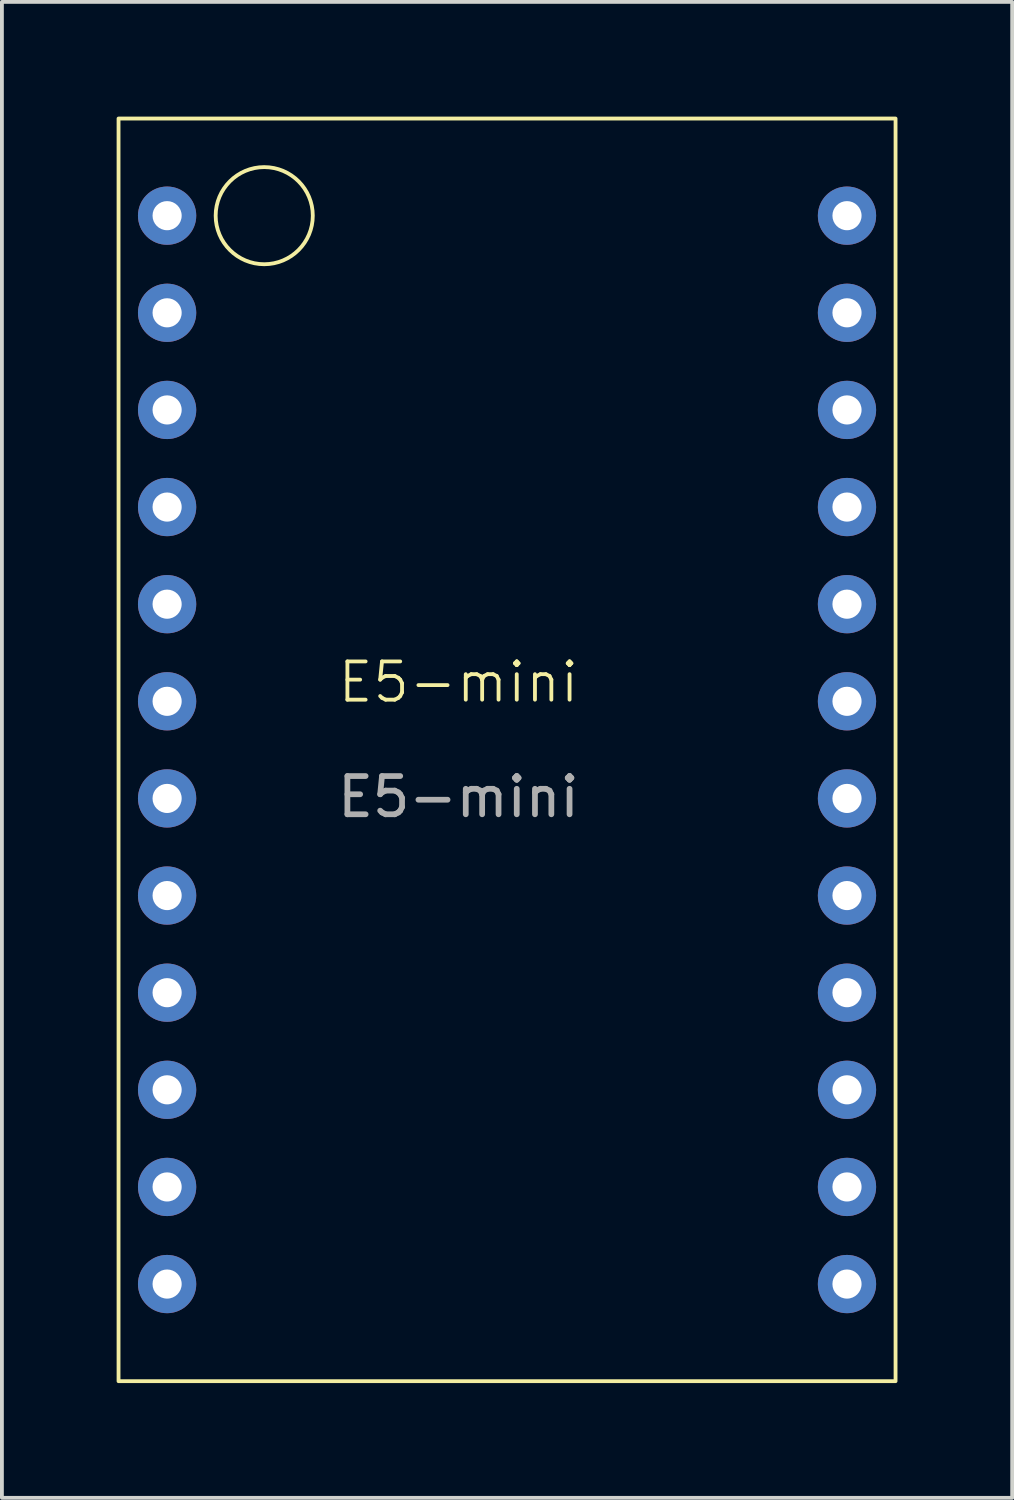
<source format=kicad_pcb>
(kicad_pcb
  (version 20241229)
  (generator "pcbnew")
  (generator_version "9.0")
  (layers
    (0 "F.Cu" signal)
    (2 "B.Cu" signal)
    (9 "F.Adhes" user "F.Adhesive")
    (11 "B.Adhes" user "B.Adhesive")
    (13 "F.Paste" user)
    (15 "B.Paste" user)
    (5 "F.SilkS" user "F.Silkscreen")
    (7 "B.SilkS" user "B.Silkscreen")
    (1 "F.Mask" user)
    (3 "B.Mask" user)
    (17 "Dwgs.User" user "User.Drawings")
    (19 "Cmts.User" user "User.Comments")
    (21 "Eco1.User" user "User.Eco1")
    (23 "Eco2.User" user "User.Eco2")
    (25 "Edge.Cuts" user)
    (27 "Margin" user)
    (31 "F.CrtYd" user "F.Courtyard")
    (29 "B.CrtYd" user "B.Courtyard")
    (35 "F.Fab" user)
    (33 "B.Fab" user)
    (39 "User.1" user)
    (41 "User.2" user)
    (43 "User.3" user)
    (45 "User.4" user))
  (footprint "E5-mini"
    (layer "F.Cu")
    (at 10.21 16.56)
    (property "Reference" "E5-mini" (at -1.27 -1.77 0) (unlocked yes) (layer "F.SilkS") (effects (font (size 1 1) (thickness 0.1))))
    (attr through_hole)
    (fp_rect (start -10.16 -16.51) (end 10.16 16.51) (stroke (width 0.1) (type default)) (fill no) (layer "F.SilkS"))
    (fp_circle (center -6.35 -13.97) (end -6.35 -12.7) (stroke (width 0.1) (type default)) (fill no) (layer "F.SilkS"))
    (fp_text user "${REFERENCE}" (at -1.27 1.23 0) (unlocked yes) (layer "F.Fab") (effects (font (size 1 1) (thickness 0.15))))
    (pad "1" thru_hole circle (at -8.89 -13.97) (size 1.524 1.524) (drill 0.762) (layers "*.Cu" "*.Mask"))
    (pad "2" thru_hole circle (at -8.89 -11.43) (size 1.524 1.524) (drill 0.762) (layers "*.Cu" "*.Mask"))
    (pad "3" thru_hole circle (at -8.89 -8.89) (size 1.524 1.524) (drill 0.762) (layers "*.Cu" "*.Mask"))
    (pad "4" thru_hole circle (at -8.89 -6.35) (size 1.524 1.524) (drill 0.762) (layers "*.Cu" "*.Mask"))
    (pad "5" thru_hole circle (at -8.89 -3.81) (size 1.524 1.524) (drill 0.762) (layers "*.Cu" "*.Mask"))
    (pad "6" thru_hole circle (at -8.89 -1.27) (size 1.524 1.524) (drill 0.762) (layers "*.Cu" "*.Mask"))
    (pad "7" thru_hole circle (at -8.89 1.27) (size 1.524 1.524) (drill 0.762) (layers "*.Cu" "*.Mask"))
    (pad "8" thru_hole circle (at -8.89 3.81) (size 1.524 1.524) (drill 0.762) (layers "*.Cu" "*.Mask"))
    (pad "9" thru_hole circle (at -8.89 6.35) (size 1.524 1.524) (drill 0.762) (layers "*.Cu" "*.Mask"))
    (pad "10" thru_hole circle (at -8.89 8.89) (size 1.524 1.524) (drill 0.762) (layers "*.Cu" "*.Mask"))
    (pad "11" thru_hole circle (at -8.89 11.43) (size 1.524 1.524) (drill 0.762) (layers "*.Cu" "*.Mask"))
    (pad "12" thru_hole circle (at -8.89 13.97) (size 1.524 1.524) (drill 0.762) (layers "*.Cu" "*.Mask"))
    (pad "13" thru_hole circle (at 8.89 13.97) (size 1.524 1.524) (drill 0.762) (layers "*.Cu" "*.Mask"))
    (pad "14" thru_hole circle (at 8.89 11.43) (size 1.524 1.524) (drill 0.762) (layers "*.Cu" "*.Mask"))
    (pad "15" thru_hole circle (at 8.89 8.89) (size 1.524 1.524) (drill 0.762) (layers "*.Cu" "*.Mask"))
    (pad "16" thru_hole circle (at 8.89 6.35) (size 1.524 1.524) (drill 0.762) (layers "*.Cu" "*.Mask"))
    (pad "17" thru_hole circle (at 8.89 3.81) (size 1.524 1.524) (drill 0.762) (layers "*.Cu" "*.Mask"))
    (pad "18" thru_hole circle (at 8.89 1.27) (size 1.524 1.524) (drill 0.762) (layers "*.Cu" "*.Mask"))
    (pad "19" thru_hole circle (at 8.89 -1.27) (size 1.524 1.524) (drill 0.762) (layers "*.Cu" "*.Mask"))
    (pad "20" thru_hole circle (at 8.89 -3.81) (size 1.524 1.524) (drill 0.762) (layers "*.Cu" "*.Mask"))
    (pad "21" thru_hole circle (at 8.89 -6.35) (size 1.524 1.524) (drill 0.762) (layers "*.Cu" "*.Mask"))
    (pad "22" thru_hole circle (at 8.89 -8.89) (size 1.524 1.524) (drill 0.762) (layers "*.Cu" "*.Mask"))
    (pad "23" thru_hole circle (at 8.89 -11.43) (size 1.524 1.524) (drill 0.762) (layers "*.Cu" "*.Mask"))
    (pad "24" thru_hole circle (at 8.89 -13.97) (size 1.524 1.524) (drill 0.762) (layers "*.Cu" "*.Mask")))
  (gr_rect
    (start -3 -3)
    (end 23.42 36.12)
    (stroke (width 0.1) (type default))
    (fill no)
    (layer "Edge.Cuts")))
</source>
